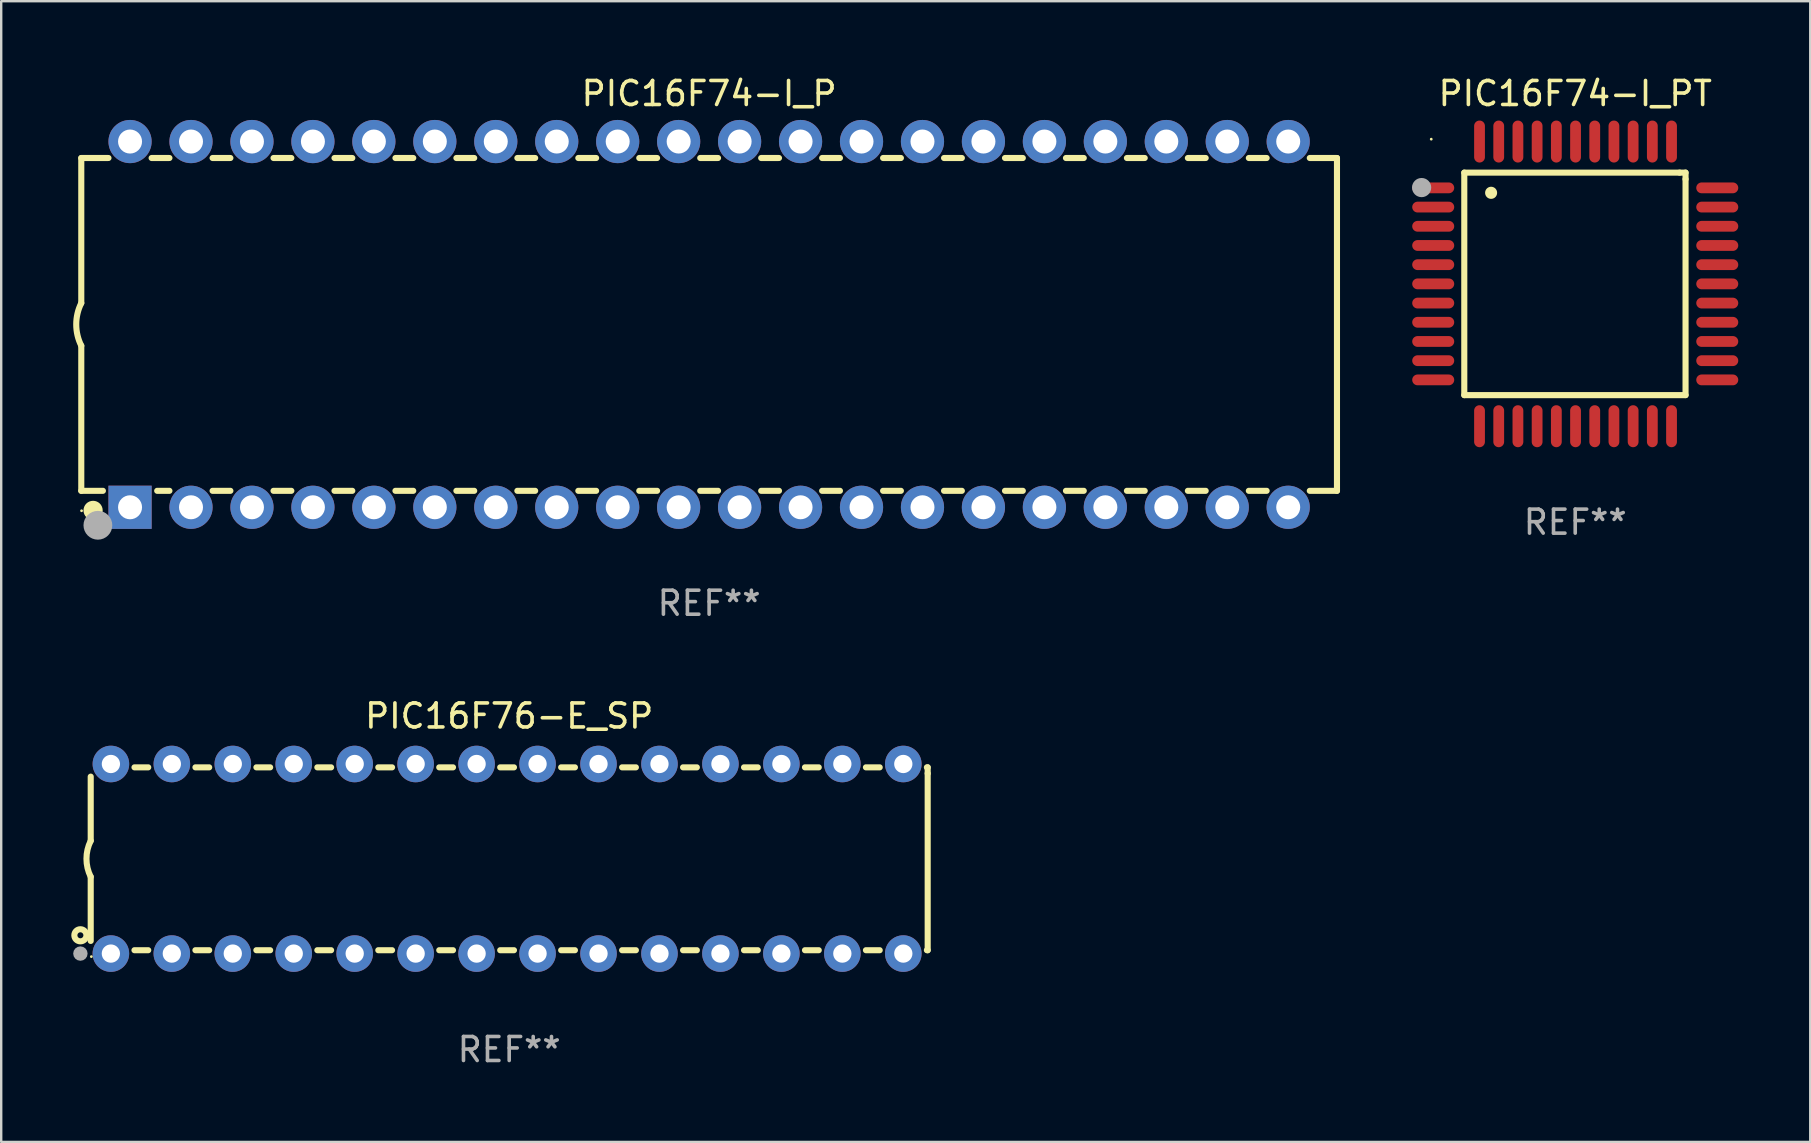
<source format=kicad_pcb>
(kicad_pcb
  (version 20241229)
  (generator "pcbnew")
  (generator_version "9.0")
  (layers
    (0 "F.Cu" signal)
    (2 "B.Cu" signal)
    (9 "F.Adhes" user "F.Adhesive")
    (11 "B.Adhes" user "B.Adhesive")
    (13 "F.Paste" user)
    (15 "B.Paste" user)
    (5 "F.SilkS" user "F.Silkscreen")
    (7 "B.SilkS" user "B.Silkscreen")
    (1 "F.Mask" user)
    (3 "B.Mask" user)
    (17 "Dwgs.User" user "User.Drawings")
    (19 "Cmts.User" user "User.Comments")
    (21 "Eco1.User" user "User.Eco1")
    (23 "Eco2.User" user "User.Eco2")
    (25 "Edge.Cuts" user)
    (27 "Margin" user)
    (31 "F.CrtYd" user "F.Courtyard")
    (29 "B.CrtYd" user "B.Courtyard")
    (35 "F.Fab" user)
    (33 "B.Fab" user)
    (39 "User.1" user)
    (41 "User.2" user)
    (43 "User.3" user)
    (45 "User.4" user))
  (footprint "PIC16F76-E_SP"
    (layer "F.Cu")
    (at 18.168 32.735)
    (property "Reference" "PIC16F76-E_SP" (at 0 -5.95 0) (layer "F.SilkS") (effects (font (size 1 1) (thickness 0.15))))
    (attr through_hole)
    (fp_line (start -17.438 0.75) (end -17.438 3.423) (stroke (width 0.254) (type solid)) (layer "F.SilkS"))
    (fp_line (start -17.438 -3.423) (end -17.438 -0.75) (stroke (width 0.254) (type solid)) (layer "F.SilkS"))
    (fp_line (start -15.615 3.81) (end -15.041 3.81) (stroke (width 0.254) (type solid)) (layer "F.SilkS"))
    (fp_line (start -15.041 -3.81) (end -15.614 -3.81) (stroke (width 0.254) (type solid)) (layer "F.SilkS"))
    (fp_line (start -13.075 3.81) (end -12.501 3.81) (stroke (width 0.254) (type solid)) (layer "F.SilkS"))
    (fp_line (start -12.501 -3.81) (end -13.074 -3.81) (stroke (width 0.254) (type solid)) (layer "F.SilkS"))
    (fp_line (start -10.535 3.81) (end -9.961 3.81) (stroke (width 0.254) (type solid)) (layer "F.SilkS"))
    (fp_line (start -9.961 -3.81) (end -10.534 -3.81) (stroke (width 0.254) (type solid)) (layer "F.SilkS"))
    (fp_line (start -7.995 3.81) (end -7.421 3.81) (stroke (width 0.254) (type solid)) (layer "F.SilkS"))
    (fp_line (start -7.421 -3.81) (end -7.995 -3.81) (stroke (width 0.254) (type solid)) (layer "F.SilkS"))
    (fp_line (start -5.455 3.81) (end -4.881 3.81) (stroke (width 0.254) (type solid)) (layer "F.SilkS"))
    (fp_line (start -4.881 -3.81) (end -5.455 -3.81) (stroke (width 0.254) (type solid)) (layer "F.SilkS"))
    (fp_line (start -2.915 3.81) (end -2.341 3.81) (stroke (width 0.254) (type solid)) (layer "F.SilkS"))
    (fp_line (start -2.341 -3.81) (end -2.915 -3.81) (stroke (width 0.254) (type solid)) (layer "F.SilkS"))
    (fp_line (start -0.375 3.81) (end 0.199 3.81) (stroke (width 0.254) (type solid)) (layer "F.SilkS"))
    (fp_line (start 0.199 -3.81) (end -0.375 -3.81) (stroke (width 0.254) (type solid)) (layer "F.SilkS"))
    (fp_line (start 2.165 3.81) (end 2.739 3.81) (stroke (width 0.254) (type solid)) (layer "F.SilkS"))
    (fp_line (start 2.739 -3.81) (end 2.165 -3.81) (stroke (width 0.254) (type solid)) (layer "F.SilkS"))
    (fp_line (start 4.705 3.81) (end 5.279 3.81) (stroke (width 0.254) (type solid)) (layer "F.SilkS"))
    (fp_line (start 5.279 -3.81) (end 4.705 -3.81) (stroke (width 0.254) (type solid)) (layer "F.SilkS"))
    (fp_line (start 7.245 3.81) (end 7.819 3.81) (stroke (width 0.254) (type solid)) (layer "F.SilkS"))
    (fp_line (start 7.819 -3.81) (end 7.245 -3.81) (stroke (width 0.254) (type solid)) (layer "F.SilkS"))
    (fp_line (start 9.785 3.81) (end 10.359 3.81) (stroke (width 0.254) (type solid)) (layer "F.SilkS"))
    (fp_line (start 10.359 -3.81) (end 9.785 -3.81) (stroke (width 0.254) (type solid)) (layer "F.SilkS"))
    (fp_line (start 12.325 3.81) (end 12.899 3.81) (stroke (width 0.254) (type solid)) (layer "F.SilkS"))
    (fp_line (start 12.899 -3.81) (end 12.325 -3.81) (stroke (width 0.254) (type solid)) (layer "F.SilkS"))
    (fp_line (start 14.865 3.81) (end 15.439 3.81) (stroke (width 0.254) (type solid)) (layer "F.SilkS"))
    (fp_line (start 15.439 -3.81) (end 14.865 -3.81) (stroke (width 0.254) (type solid)) (layer "F.SilkS"))
    (fp_line (start 17.405 3.81) (end 17.438 3.81) (stroke (width 0.254) (type solid)) (layer "F.SilkS"))
    (fp_line (start 17.438 -3.81) (end 17.405 -3.81) (stroke (width 0.254) (type solid)) (layer "F.SilkS"))
    (fp_line (start 17.438 -3.556) (end 17.438 -3.81) (stroke (width 0.254) (type solid)) (layer "F.SilkS"))
    (fp_line (start 17.438 3.81) (end 17.438 -3.556) (stroke (width 0.254) (type solid)) (layer "F.SilkS"))
    (fp_arc (start -17.437986 0.749657) (mid -17.614887 -0.000024) (end -17.437783 -0.749657) (stroke (width 0.254001) (type solid)) (layer "F.SilkS"))
    (fp_circle (center -17.868 3.188) (end -17.743 3.188) (stroke (width 0.254) (type solid)) (fill no) (layer "F.SilkS"))
    (fp_circle (center -17.411 4.077) (end -17.381 4.077) (stroke (width 0.06) (type solid)) (fill no) (layer "F.SilkS"))
    (fp_circle (center -17.868 3.95) (end -17.718 3.95) (stroke (width 0.3) (type solid)) (fill no) (layer "F.Fab"))
    (fp_text user "REF**" (at 0 7.95 0) (layer "F.Fab") (effects (font (size 1 1) (thickness 0.15))))
    (pad "1" thru_hole circle (at -16.598 3.95) (size 1.524 1.524) (drill 0.762) (layers "*.Cu" "*.Mask"))
    (pad "2" thru_hole circle (at -14.058 3.95) (size 1.524 1.524) (drill 0.762) (layers "*.Cu" "*.Mask"))
    (pad "3" thru_hole circle (at -11.518 3.95) (size 1.524 1.524) (drill 0.762) (layers "*.Cu" "*.Mask"))
    (pad "4" thru_hole circle (at -8.978 3.95) (size 1.524 1.524) (drill 0.762) (layers "*.Cu" "*.Mask"))
    (pad "5" thru_hole circle (at -6.438 3.95) (size 1.524 1.524) (drill 0.762) (layers "*.Cu" "*.Mask"))
    (pad "6" thru_hole circle (at -3.898 3.95) (size 1.524 1.524) (drill 0.762) (layers "*.Cu" "*.Mask"))
    (pad "7" thru_hole circle (at -1.358 3.95) (size 1.524 1.524) (drill 0.762) (layers "*.Cu" "*.Mask"))
    (pad "8" thru_hole circle (at 1.182 3.95) (size 1.524 1.524) (drill 0.762) (layers "*.Cu" "*.Mask"))
    (pad "9" thru_hole circle (at 3.722 3.95) (size 1.524 1.524) (drill 0.762) (layers "*.Cu" "*.Mask"))
    (pad "10" thru_hole circle (at 6.262 3.95) (size 1.524 1.524) (drill 0.762) (layers "*.Cu" "*.Mask"))
    (pad "11" thru_hole circle (at 8.802 3.95) (size 1.524 1.524) (drill 0.762) (layers "*.Cu" "*.Mask"))
    (pad "12" thru_hole circle (at 11.342 3.95) (size 1.524 1.524) (drill 0.762) (layers "*.Cu" "*.Mask"))
    (pad "13" thru_hole circle (at 13.882 3.95) (size 1.524 1.524) (drill 0.762) (layers "*.Cu" "*.Mask"))
    (pad "14" thru_hole circle (at 16.422 3.95) (size 1.524 1.524) (drill 0.762) (layers "*.Cu" "*.Mask"))
    (pad "15" thru_hole circle (at 16.422 -3.95) (size 1.524 1.524) (drill 0.762) (layers "*.Cu" "*.Mask"))
    (pad "16" thru_hole circle (at 13.882 -3.95) (size 1.524 1.524) (drill 0.762) (layers "*.Cu" "*.Mask"))
    (pad "17" thru_hole circle (at 11.342 -3.95) (size 1.524 1.524) (drill 0.762) (layers "*.Cu" "*.Mask"))
    (pad "18" thru_hole circle (at 8.802 -3.95) (size 1.524 1.524) (drill 0.762) (layers "*.Cu" "*.Mask"))
    (pad "19" thru_hole circle (at 6.262 -3.95) (size 1.524 1.524) (drill 0.762) (layers "*.Cu" "*.Mask"))
    (pad "20" thru_hole circle (at 3.722 -3.95) (size 1.524 1.524) (drill 0.762) (layers "*.Cu" "*.Mask"))
    (pad "21" thru_hole circle (at 1.182 -3.95) (size 1.524 1.524) (drill 0.762) (layers "*.Cu" "*.Mask"))
    (pad "22" thru_hole circle (at -1.358 -3.95) (size 1.524 1.524) (drill 0.762) (layers "*.Cu" "*.Mask"))
    (pad "23" thru_hole circle (at -3.898 -3.95) (size 1.524 1.524) (drill 0.762) (layers "*.Cu" "*.Mask"))
    (pad "24" thru_hole circle (at -6.438 -3.95) (size 1.524 1.524) (drill 0.762) (layers "*.Cu" "*.Mask"))
    (pad "25" thru_hole circle (at -8.978 -3.95) (size 1.524 1.524) (drill 0.762) (layers "*.Cu" "*.Mask"))
    (pad "26" thru_hole circle (at -11.517 -3.95) (size 1.524 1.524) (drill 0.762) (layers "*.Cu" "*.Mask"))
    (pad "27" thru_hole circle (at -14.057 -3.95) (size 1.524 1.524) (drill 0.762) (layers "*.Cu" "*.Mask"))
    (pad "28" thru_hole circle (at -16.597 -3.95) (size 1.524 1.524) (drill 0.762) (layers "*.Cu" "*.Mask")))
  (footprint "PIC16F74-I_P"
    (layer "F.Cu")
    (at 26.499 10.468)
    (property "Reference" "PIC16F74-I_P" (at 0 -9.62 0) (layer "F.SilkS") (effects (font (size 1 1) (thickness 0.15))))
    (attr through_hole)
    (fp_line (start -26.162 -6.934) (end -26.162 -0.889) (stroke (width 0.254) (type solid)) (layer "F.SilkS"))
    (fp_line (start -26.162 -6.934) (end -25.029 -6.934) (stroke (width 0.254) (type solid)) (layer "F.SilkS"))
    (fp_line (start -26.162 6.934) (end -26.162 0.889) (stroke (width 0.254) (type solid)) (layer "F.SilkS"))
    (fp_line (start -26.162 6.934) (end -25.261 6.934) (stroke (width 0.254) (type solid)) (layer "F.SilkS"))
    (fp_line (start -23.231 -6.934) (end -22.489 -6.934) (stroke (width 0.254) (type solid)) (layer "F.SilkS"))
    (fp_line (start -22.999 6.934) (end -22.489 6.934) (stroke (width 0.254) (type solid)) (layer "F.SilkS"))
    (fp_line (start -20.691 -6.934) (end -19.949 -6.934) (stroke (width 0.254) (type solid)) (layer "F.SilkS"))
    (fp_line (start -20.691 6.934) (end -19.949 6.934) (stroke (width 0.254) (type solid)) (layer "F.SilkS"))
    (fp_line (start -18.151 -6.934) (end -17.409 -6.934) (stroke (width 0.254) (type solid)) (layer "F.SilkS"))
    (fp_line (start -18.151 6.934) (end -17.409 6.934) (stroke (width 0.254) (type solid)) (layer "F.SilkS"))
    (fp_line (start -15.611 -6.934) (end -14.869 -6.934) (stroke (width 0.254) (type solid)) (layer "F.SilkS"))
    (fp_line (start -15.611 6.934) (end -14.869 6.934) (stroke (width 0.254) (type solid)) (layer "F.SilkS"))
    (fp_line (start -13.071 -6.934) (end -12.329 -6.934) (stroke (width 0.254) (type solid)) (layer "F.SilkS"))
    (fp_line (start -13.071 6.934) (end -12.329 6.934) (stroke (width 0.254) (type solid)) (layer "F.SilkS"))
    (fp_line (start -10.531 -6.934) (end -9.789 -6.934) (stroke (width 0.254) (type solid)) (layer "F.SilkS"))
    (fp_line (start -10.531 6.934) (end -9.789 6.934) (stroke (width 0.254) (type solid)) (layer "F.SilkS"))
    (fp_line (start -7.991 -6.934) (end -7.249 -6.934) (stroke (width 0.254) (type solid)) (layer "F.SilkS"))
    (fp_line (start -7.991 6.934) (end -7.249 6.934) (stroke (width 0.254) (type solid)) (layer "F.SilkS"))
    (fp_line (start -5.451 -6.934) (end -4.709 -6.934) (stroke (width 0.254) (type solid)) (layer "F.SilkS"))
    (fp_line (start -5.451 6.934) (end -4.709 6.934) (stroke (width 0.254) (type solid)) (layer "F.SilkS"))
    (fp_line (start -2.911 -6.934) (end -2.169 -6.934) (stroke (width 0.254) (type solid)) (layer "F.SilkS"))
    (fp_line (start -2.911 6.934) (end -2.169 6.934) (stroke (width 0.254) (type solid)) (layer "F.SilkS"))
    (fp_line (start -0.371 -6.934) (end 0.371 -6.934) (stroke (width 0.254) (type solid)) (layer "F.SilkS"))
    (fp_line (start -0.371 6.934) (end 0.371 6.934) (stroke (width 0.254) (type solid)) (layer "F.SilkS"))
    (fp_line (start 2.169 -6.934) (end 2.911 -6.934) (stroke (width 0.254) (type solid)) (layer "F.SilkS"))
    (fp_line (start 2.169 6.934) (end 2.911 6.934) (stroke (width 0.254) (type solid)) (layer "F.SilkS"))
    (fp_line (start 4.709 -6.934) (end 5.451 -6.934) (stroke (width 0.254) (type solid)) (layer "F.SilkS"))
    (fp_line (start 4.709 6.934) (end 5.451 6.934) (stroke (width 0.254) (type solid)) (layer "F.SilkS"))
    (fp_line (start 7.249 -6.934) (end 7.991 -6.934) (stroke (width 0.254) (type solid)) (layer "F.SilkS"))
    (fp_line (start 7.249 6.934) (end 7.991 6.934) (stroke (width 0.254) (type solid)) (layer "F.SilkS"))
    (fp_line (start 9.789 -6.934) (end 10.531 -6.934) (stroke (width 0.254) (type solid)) (layer "F.SilkS"))
    (fp_line (start 9.789 6.934) (end 10.531 6.934) (stroke (width 0.254) (type solid)) (layer "F.SilkS"))
    (fp_line (start 12.329 -6.934) (end 13.071 -6.934) (stroke (width 0.254) (type solid)) (layer "F.SilkS"))
    (fp_line (start 12.329 6.934) (end 13.071 6.934) (stroke (width 0.254) (type solid)) (layer "F.SilkS"))
    (fp_line (start 14.869 -6.934) (end 15.611 -6.934) (stroke (width 0.254) (type solid)) (layer "F.SilkS"))
    (fp_line (start 14.869 6.934) (end 15.611 6.934) (stroke (width 0.254) (type solid)) (layer "F.SilkS"))
    (fp_line (start 17.409 -6.934) (end 18.151 -6.934) (stroke (width 0.254) (type solid)) (layer "F.SilkS"))
    (fp_line (start 17.409 6.934) (end 18.151 6.934) (stroke (width 0.254) (type solid)) (layer "F.SilkS"))
    (fp_line (start 19.949 -6.934) (end 20.691 -6.934) (stroke (width 0.254) (type solid)) (layer "F.SilkS"))
    (fp_line (start 19.949 6.934) (end 20.691 6.934) (stroke (width 0.254) (type solid)) (layer "F.SilkS"))
    (fp_line (start 22.489 -6.934) (end 23.231 -6.934) (stroke (width 0.254) (type solid)) (layer "F.SilkS"))
    (fp_line (start 22.489 6.934) (end 23.231 6.934) (stroke (width 0.254) (type solid)) (layer "F.SilkS"))
    (fp_line (start 25.029 -6.934) (end 26.162 -6.934) (stroke (width 0.254) (type solid)) (layer "F.SilkS"))
    (fp_line (start 25.029 6.934) (end 26.162 6.934) (stroke (width 0.254) (type solid)) (layer "F.SilkS"))
    (fp_line (start 26.162 -6.934) (end 26.162 6.934) (stroke (width 0.254) (type solid)) (layer "F.SilkS"))
    (fp_arc (start -26.162052 0.889001) (mid -26.371917 0) (end -26.162052 -0.889002) (stroke (width 0.254001) (type solid)) (layer "F.SilkS"))
    (fp_circle (center -26.15 7.765) (end -26.12 7.765) (stroke (width 0.06) (type solid)) (fill no) (layer "F.SilkS"))
    (fp_circle (center -25.67 7.75) (end -25.47 7.75) (stroke (width 0.4) (type solid)) (fill no) (layer "F.SilkS"))
    (fp_circle (center -25.47 8.37) (end -25.17 8.37) (stroke (width 0.6) (type solid)) (fill no) (layer "F.Fab"))
    (fp_text user "REF**" (at 0 11.62 0) (layer "F.Fab") (effects (font (size 1 1) (thickness 0.15))))
    (pad "1" thru_hole rect (at -24.13 7.62) (size 1.8 1.8) (drill 1) (layers "*.Cu" "*.Mask"))
    (pad "2" thru_hole circle (at -21.59 7.62) (size 1.8 1.8) (drill 1) (layers "*.Cu" "*.Mask"))
    (pad "3" thru_hole circle (at -19.05 7.62) (size 1.8 1.8) (drill 1) (layers "*.Cu" "*.Mask"))
    (pad "4" thru_hole circle (at -16.51 7.62) (size 1.8 1.8) (drill 1) (layers "*.Cu" "*.Mask"))
    (pad "5" thru_hole circle (at -13.97 7.62) (size 1.8 1.8) (drill 1) (layers "*.Cu" "*.Mask"))
    (pad "6" thru_hole circle (at -11.43 7.62) (size 1.8 1.8) (drill 1) (layers "*.Cu" "*.Mask"))
    (pad "7" thru_hole circle (at -8.89 7.62) (size 1.8 1.8) (drill 1) (layers "*.Cu" "*.Mask"))
    (pad "8" thru_hole circle (at -6.35 7.62) (size 1.8 1.8) (drill 1) (layers "*.Cu" "*.Mask"))
    (pad "9" thru_hole circle (at -3.81 7.62) (size 1.8 1.8) (drill 1) (layers "*.Cu" "*.Mask"))
    (pad "10" thru_hole circle (at -1.27 7.62) (size 1.8 1.8) (drill 1) (layers "*.Cu" "*.Mask"))
    (pad "11" thru_hole circle (at 1.27 7.62) (size 1.8 1.8) (drill 1) (layers "*.Cu" "*.Mask"))
    (pad "12" thru_hole circle (at 3.81 7.62) (size 1.8 1.8) (drill 1) (layers "*.Cu" "*.Mask"))
    (pad "13" thru_hole circle (at 6.35 7.62) (size 1.8 1.8) (drill 1) (layers "*.Cu" "*.Mask"))
    (pad "14" thru_hole circle (at 8.89 7.62) (size 1.8 1.8) (drill 1) (layers "*.Cu" "*.Mask"))
    (pad "15" thru_hole circle (at 11.43 7.62) (size 1.8 1.8) (drill 1) (layers "*.Cu" "*.Mask"))
    (pad "16" thru_hole circle (at 13.97 7.62) (size 1.8 1.8) (drill 1) (layers "*.Cu" "*.Mask"))
    (pad "17" thru_hole circle (at 16.51 7.62) (size 1.8 1.8) (drill 1) (layers "*.Cu" "*.Mask"))
    (pad "18" thru_hole circle (at 19.05 7.62) (size 1.8 1.8) (drill 1) (layers "*.Cu" "*.Mask"))
    (pad "19" thru_hole circle (at 21.59 7.62) (size 1.8 1.8) (drill 1) (layers "*.Cu" "*.Mask"))
    (pad "20" thru_hole circle (at 24.13 7.62) (size 1.8 1.8) (drill 1) (layers "*.Cu" "*.Mask"))
    (pad "21" thru_hole circle (at 24.13 -7.62) (size 1.8 1.8) (drill 1) (layers "*.Cu" "*.Mask"))
    (pad "22" thru_hole circle (at 21.59 -7.62) (size 1.8 1.8) (drill 1) (layers "*.Cu" "*.Mask"))
    (pad "23" thru_hole circle (at 19.05 -7.62) (size 1.8 1.8) (drill 1) (layers "*.Cu" "*.Mask"))
    (pad "24" thru_hole circle (at 16.51 -7.62) (size 1.8 1.8) (drill 1) (layers "*.Cu" "*.Mask"))
    (pad "25" thru_hole circle (at 13.97 -7.62) (size 1.8 1.8) (drill 1) (layers "*.Cu" "*.Mask"))
    (pad "26" thru_hole circle (at 11.43 -7.62) (size 1.8 1.8) (drill 1) (layers "*.Cu" "*.Mask"))
    (pad "27" thru_hole circle (at 8.89 -7.62) (size 1.8 1.8) (drill 1) (layers "*.Cu" "*.Mask"))
    (pad "28" thru_hole circle (at 6.35 -7.62) (size 1.8 1.8) (drill 1) (layers "*.Cu" "*.Mask"))
    (pad "29" thru_hole circle (at 3.81 -7.62) (size 1.8 1.8) (drill 1) (layers "*.Cu" "*.Mask"))
    (pad "30" thru_hole circle (at 1.27 -7.62) (size 1.8 1.8) (drill 1) (layers "*.Cu" "*.Mask"))
    (pad "31" thru_hole circle (at -1.27 -7.62) (size 1.8 1.8) (drill 1) (layers "*.Cu" "*.Mask"))
    (pad "32" thru_hole circle (at -3.81 -7.62) (size 1.8 1.8) (drill 1) (layers "*.Cu" "*.Mask"))
    (pad "33" thru_hole circle (at -6.35 -7.62) (size 1.8 1.8) (drill 1) (layers "*.Cu" "*.Mask"))
    (pad "34" thru_hole circle (at -8.89 -7.62) (size 1.8 1.8) (drill 1) (layers "*.Cu" "*.Mask"))
    (pad "35" thru_hole circle (at -11.43 -7.62) (size 1.8 1.8) (drill 1) (layers "*.Cu" "*.Mask"))
    (pad "36" thru_hole circle (at -13.97 -7.62) (size 1.8 1.8) (drill 1) (layers "*.Cu" "*.Mask"))
    (pad "37" thru_hole circle (at -16.51 -7.62) (size 1.8 1.8) (drill 1) (layers "*.Cu" "*.Mask"))
    (pad "38" thru_hole circle (at -19.05 -7.62) (size 1.8 1.8) (drill 1) (layers "*.Cu" "*.Mask"))
    (pad "39" thru_hole circle (at -21.59 -7.62) (size 1.8 1.8) (drill 1) (layers "*.Cu" "*.Mask"))
    (pad "40" thru_hole circle (at -24.13 -7.62) (size 1.8 1.8) (drill 1) (layers "*.Cu" "*.Mask")))
  (footprint "PIC16F74-I_PT"
    (layer "F.Cu")
    (at 62.589 8.779)
    (property "Reference" "PIC16F74-I_PT" (at 0 -7.931 0) (layer "F.SilkS") (effects (font (size 1 1) (thickness 0.15))))
    (attr through_hole)
    (fp_line (start -4.623 -4.636) (end 4.35 -4.636) (stroke (width 0.254) (type solid)) (layer "F.SilkS"))
    (fp_line (start -4.623 4.636) (end -4.623 -4.636) (stroke (width 0.254) (type solid)) (layer "F.SilkS"))
    (fp_line (start 4.35 -4.636) (end 4.597 -4.636) (stroke (width 0.254) (type solid)) (layer "F.SilkS"))
    (fp_line (start 4.597 -4.636) (end 4.597 -4.363) (stroke (width 0.254) (type solid)) (layer "F.SilkS"))
    (fp_line (start 4.597 -4.363) (end 4.597 4.636) (stroke (width 0.254) (type solid)) (layer "F.SilkS"))
    (fp_line (start 4.597 4.636) (end -4.623 4.636) (stroke (width 0.254) (type solid)) (layer "F.SilkS"))
    (fp_arc (start -3.505207 -3.792228) (mid -3.50522 -3.794768) (end -3.505207 -3.797308) (stroke (width 0.5) (type solid)) (layer "F.SilkS"))
    (fp_circle (center -6 -6.03) (end -5.97 -6.03) (stroke (width 0.06) (type solid)) (fill no) (layer "F.SilkS"))
    (fp_circle (center -6.401 -4.013) (end -6.201 -4.013) (stroke (width 0.4) (type solid)) (fill no) (layer "F.Fab"))
    (fp_text user "REF**" (at 0 9.931 0) (layer "F.Fab") (effects (font (size 1 1) (thickness 0.15))))
    (pad "1" smd oval (at -5.918 -4.001 90) (size 0.45 1.75) (layers "F.Cu" "F.Mask" "F.Paste"))
    (pad "2" smd oval (at -5.918 -3.2 90) (size 0.45 1.75) (layers "F.Cu" "F.Mask" "F.Paste"))
    (pad "3" smd oval (at -5.918 -2.4 90) (size 0.45 1.75) (layers "F.Cu" "F.Mask" "F.Paste"))
    (pad "4" smd oval (at -5.918 -1.6 90) (size 0.45 1.75) (layers "F.Cu" "F.Mask" "F.Paste"))
    (pad "5" smd oval (at -5.918 -0.8 90) (size 0.45 1.75) (layers "F.Cu" "F.Mask" "F.Paste"))
    (pad "6" smd oval (at -5.918 0 90) (size 0.45 1.75) (layers "F.Cu" "F.Mask" "F.Paste"))
    (pad "7" smd oval (at -5.918 0.8 90) (size 0.45 1.75) (layers "F.Cu" "F.Mask" "F.Paste"))
    (pad "8" smd oval (at -5.918 1.6 90) (size 0.45 1.75) (layers "F.Cu" "F.Mask" "F.Paste"))
    (pad "9" smd oval (at -5.918 2.4 90) (size 0.45 1.75) (layers "F.Cu" "F.Mask" "F.Paste"))
    (pad "10" smd oval (at -5.918 3.2 90) (size 0.45 1.75) (layers "F.Cu" "F.Mask" "F.Paste"))
    (pad "11" smd oval (at -5.918 4.001 90) (size 0.45 1.75) (layers "F.Cu" "F.Mask" "F.Paste"))
    (pad "12" smd oval (at -3.988 5.931) (size 0.45 1.75) (layers "F.Cu" "F.Mask" "F.Paste"))
    (pad "13" smd oval (at -3.188 5.931) (size 0.45 1.75) (layers "F.Cu" "F.Mask" "F.Paste"))
    (pad "14" smd oval (at -2.388 5.931) (size 0.45 1.75) (layers "F.Cu" "F.Mask" "F.Paste"))
    (pad "15" smd oval (at -1.588 5.931) (size 0.45 1.75) (layers "F.Cu" "F.Mask" "F.Paste"))
    (pad "16" smd oval (at -0.787 5.931) (size 0.45 1.75) (layers "F.Cu" "F.Mask" "F.Paste"))
    (pad "17" smd oval (at 0.013 5.931) (size 0.45 1.75) (layers "F.Cu" "F.Mask" "F.Paste"))
    (pad "18" smd oval (at 0.813 5.931) (size 0.45 1.75) (layers "F.Cu" "F.Mask" "F.Paste"))
    (pad "19" smd oval (at 1.613 5.931) (size 0.45 1.75) (layers "F.Cu" "F.Mask" "F.Paste"))
    (pad "20" smd oval (at 2.413 5.931) (size 0.45 1.75) (layers "F.Cu" "F.Mask" "F.Paste"))
    (pad "21" smd oval (at 3.213 5.931) (size 0.45 1.75) (layers "F.Cu" "F.Mask" "F.Paste"))
    (pad "22" smd oval (at 4.013 5.931) (size 0.45 1.75) (layers "F.Cu" "F.Mask" "F.Paste"))
    (pad "23" smd oval (at 5.918 4.001 90) (size 0.45 1.75) (layers "F.Cu" "F.Mask" "F.Paste"))
    (pad "24" smd oval (at 5.918 3.2 90) (size 0.45 1.75) (layers "F.Cu" "F.Mask" "F.Paste"))
    (pad "25" smd oval (at 5.918 2.4 90) (size 0.45 1.75) (layers "F.Cu" "F.Mask" "F.Paste"))
    (pad "26" smd oval (at 5.918 1.6 90) (size 0.45 1.75) (layers "F.Cu" "F.Mask" "F.Paste"))
    (pad "27" smd oval (at 5.918 0.8 90) (size 0.45 1.75) (layers "F.Cu" "F.Mask" "F.Paste"))
    (pad "28" smd oval (at 5.918 0 90) (size 0.45 1.75) (layers "F.Cu" "F.Mask" "F.Paste"))
    (pad "29" smd oval (at 5.918 -0.8 90) (size 0.45 1.75) (layers "F.Cu" "F.Mask" "F.Paste"))
    (pad "30" smd oval (at 5.918 -1.6 90) (size 0.45 1.75) (layers "F.Cu" "F.Mask" "F.Paste"))
    (pad "31" smd oval (at 5.918 -2.4 90) (size 0.45 1.75) (layers "F.Cu" "F.Mask" "F.Paste"))
    (pad "32" smd oval (at 5.918 -3.2 90) (size 0.45 1.75) (layers "F.Cu" "F.Mask" "F.Paste"))
    (pad "33" smd oval (at 5.918 -4.001 90) (size 0.45 1.75) (layers "F.Cu" "F.Mask" "F.Paste"))
    (pad "34" smd oval (at 4.013 -5.931) (size 0.45 1.75) (layers "F.Cu" "F.Mask" "F.Paste"))
    (pad "35" smd oval (at 3.213 -5.931) (size 0.45 1.75) (layers "F.Cu" "F.Mask" "F.Paste"))
    (pad "36" smd oval (at 2.413 -5.931) (size 0.45 1.75) (layers "F.Cu" "F.Mask" "F.Paste"))
    (pad "37" smd oval (at 1.613 -5.931) (size 0.45 1.75) (layers "F.Cu" "F.Mask" "F.Paste"))
    (pad "38" smd oval (at 0.813 -5.931) (size 0.45 1.75) (layers "F.Cu" "F.Mask" "F.Paste"))
    (pad "39" smd oval (at 0.013 -5.931) (size 0.45 1.75) (layers "F.Cu" "F.Mask" "F.Paste"))
    (pad "40" smd oval (at -0.787 -5.931) (size 0.45 1.75) (layers "F.Cu" "F.Mask" "F.Paste"))
    (pad "41" smd oval (at -1.588 -5.931) (size 0.45 1.75) (layers "F.Cu" "F.Mask" "F.Paste"))
    (pad "42" smd oval (at -2.388 -5.931) (size 0.45 1.75) (layers "F.Cu" "F.Mask" "F.Paste"))
    (pad "43" smd oval (at -3.188 -5.931) (size 0.45 1.75) (layers "F.Cu" "F.Mask" "F.Paste"))
    (pad "44" smd oval (at -3.988 -5.931) (size 0.45 1.75) (layers "F.Cu" "F.Mask" "F.Paste")))
  (gr_rect
    (start -3 -3)
    (end 72.382 44.533)
    (stroke (width 0.1) (type default))
    (fill no)
    (layer "Edge.Cuts")))
</source>
